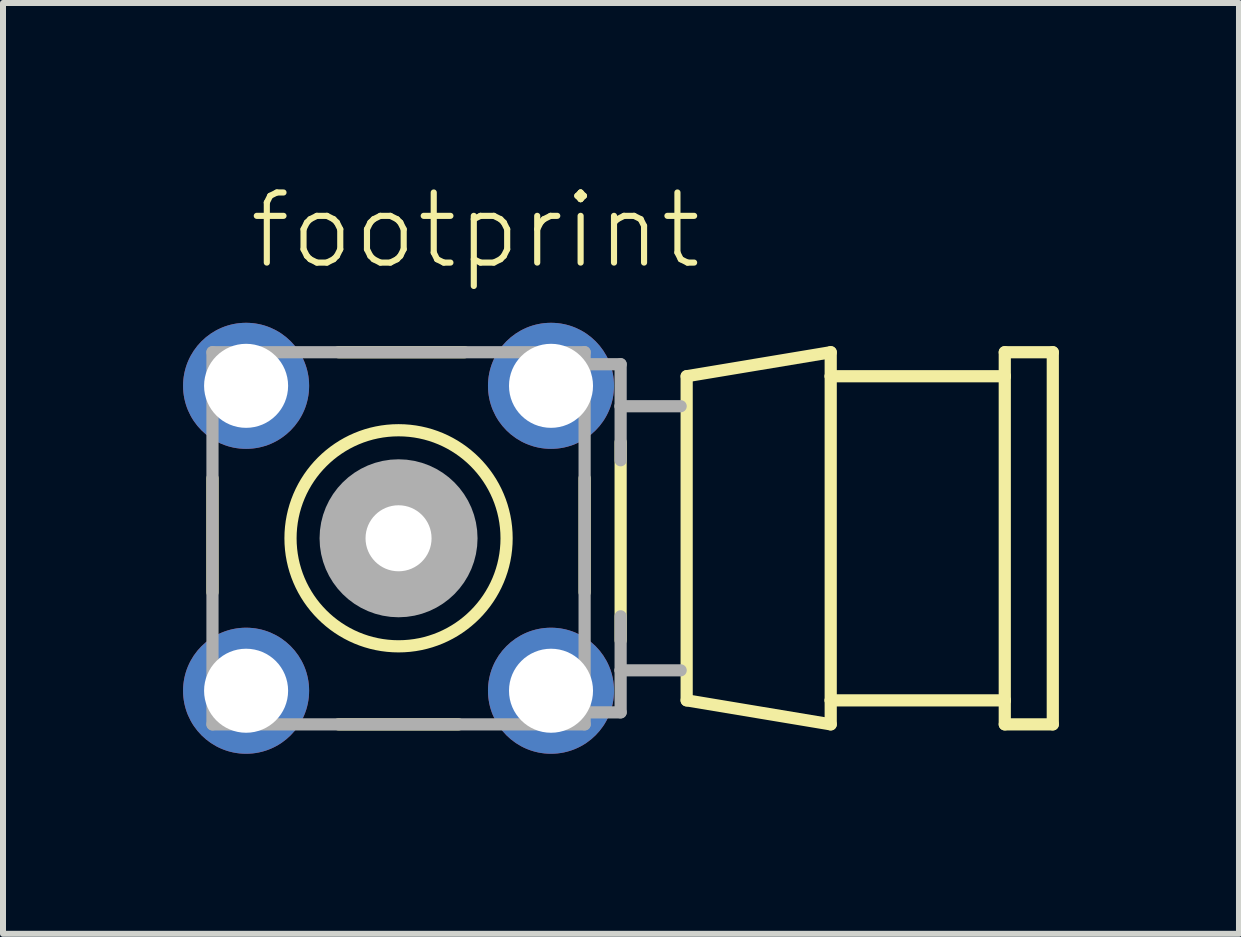
<source format=kicad_pcb>
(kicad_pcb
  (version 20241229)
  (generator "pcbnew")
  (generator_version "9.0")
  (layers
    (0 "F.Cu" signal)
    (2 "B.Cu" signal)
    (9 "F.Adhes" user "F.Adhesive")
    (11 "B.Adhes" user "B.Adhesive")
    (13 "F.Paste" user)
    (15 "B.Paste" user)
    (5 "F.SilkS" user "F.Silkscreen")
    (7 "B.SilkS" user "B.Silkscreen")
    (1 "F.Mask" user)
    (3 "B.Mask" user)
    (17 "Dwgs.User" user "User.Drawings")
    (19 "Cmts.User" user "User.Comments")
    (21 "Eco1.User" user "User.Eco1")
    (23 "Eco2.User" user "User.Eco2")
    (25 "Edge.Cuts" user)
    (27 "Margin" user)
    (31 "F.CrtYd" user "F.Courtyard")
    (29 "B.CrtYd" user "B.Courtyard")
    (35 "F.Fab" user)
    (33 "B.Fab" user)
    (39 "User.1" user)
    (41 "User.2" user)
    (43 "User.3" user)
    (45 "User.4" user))
  (footprint "footprint"
    (layer "F.Cu")
    (at 3.59 5.918)
    (property "Reference" "footprint" (at -2.54 -4.445 0) (layer "F.SilkS") (effects (font (size 1.168 1.168) (thickness 0.102)) (justify left bottom)))
    (fp_line (start -3.1 0.9) (end -3.1 -1) (stroke (width 0.203) (type solid)) (layer "F.SilkS"))
    (fp_line (start -1 -3.1) (end 1.1 -3.1) (stroke (width 0.203) (type solid)) (layer "F.SilkS"))
    (fp_line (start 1 3.1) (end -1 3.1) (stroke (width 0.203) (type solid)) (layer "F.SilkS"))
    (fp_line (start 3.1 -1) (end 3.1 0.9) (stroke (width 0.203) (type solid)) (layer "F.SilkS"))
    (fp_line (start 3.7 -1.6) (end 3.7 1.7) (stroke (width 0.203) (type solid)) (layer "F.SilkS"))
    (fp_line (start 4.8 -2.7) (end 4.8 2.7) (stroke (width 0.203) (type solid)) (layer "F.SilkS"))
    (fp_line (start 4.8 -2.7) (end 7.2 -3.1) (stroke (width 0.203) (type solid)) (layer "F.SilkS"))
    (fp_line (start 4.8 2.7) (end 7.2 3.1) (stroke (width 0.203) (type solid)) (layer "F.SilkS"))
    (fp_line (start 7.2 -2.7) (end 7.2 -3.1) (stroke (width 0.203) (type solid)) (layer "F.SilkS"))
    (fp_line (start 7.2 -2.7) (end 7.2 2.7) (stroke (width 0.203) (type solid)) (layer "F.SilkS"))
    (fp_line (start 7.2 -2.7) (end 10.1 -2.7) (stroke (width 0.203) (type solid)) (layer "F.SilkS"))
    (fp_line (start 7.2 2.7) (end 7.2 3.1) (stroke (width 0.203) (type solid)) (layer "F.SilkS"))
    (fp_line (start 7.2 2.7) (end 10.1 2.7) (stroke (width 0.203) (type solid)) (layer "F.SilkS"))
    (fp_line (start 10.1 -3.1) (end 10.1 -2.7) (stroke (width 0.203) (type solid)) (layer "F.SilkS"))
    (fp_line (start 10.1 -2.7) (end 10.1 2.7) (stroke (width 0.203) (type solid)) (layer "F.SilkS"))
    (fp_line (start 10.1 2.7) (end 10.1 3.1) (stroke (width 0.203) (type solid)) (layer "F.SilkS"))
    (fp_line (start 10.1 3.1) (end 10.9 3.1) (stroke (width 0.203) (type solid)) (layer "F.SilkS"))
    (fp_line (start 10.9 -3.1) (end 10.1 -3.1) (stroke (width 0.203) (type solid)) (layer "F.SilkS"))
    (fp_line (start 10.9 -3.1) (end 10.9 3.1) (stroke (width 0.203) (type solid)) (layer "F.SilkS"))
    (fp_circle (center 0 0) (end 1.8 0) (stroke (width 0.203) (type solid)) (fill no) (layer "F.SilkS"))
    (fp_line (start -3.1 -3.1) (end -3.1 3.1) (stroke (width 0.203) (type solid)) (layer "F.Fab"))
    (fp_line (start -3.1 3.1) (end 3.1 3.1) (stroke (width 0.203) (type solid)) (layer "F.Fab"))
    (fp_line (start 3.1 -3.1) (end -3.1 -3.1) (stroke (width 0.203) (type solid)) (layer "F.Fab"))
    (fp_line (start 3.1 3.1) (end 3.1 -3.1) (stroke (width 0.203) (type solid)) (layer "F.Fab"))
    (fp_line (start 3.2 -2.9) (end 3.7 -2.9) (stroke (width 0.203) (type solid)) (layer "F.Fab"))
    (fp_line (start 3.7 -2.9) (end 3.7 -2.2) (stroke (width 0.203) (type solid)) (layer "F.Fab"))
    (fp_line (start 3.7 -2.2) (end 3.7 -1.3) (stroke (width 0.203) (type solid)) (layer "F.Fab"))
    (fp_line (start 3.7 -2.2) (end 4.7 -2.2) (stroke (width 0.203) (type solid)) (layer "F.Fab"))
    (fp_line (start 3.7 1.3) (end 3.7 2.2) (stroke (width 0.203) (type solid)) (layer "F.Fab"))
    (fp_line (start 3.7 2.2) (end 3.7 2.9) (stroke (width 0.203) (type solid)) (layer "F.Fab"))
    (fp_line (start 3.7 2.2) (end 4.7 2.2) (stroke (width 0.203) (type solid)) (layer "F.Fab"))
    (fp_line (start 3.7 2.9) (end 3.2 2.9) (stroke (width 0.203) (type solid)) (layer "F.Fab"))
    (fp_circle (center 0 0) (end 0.3 0) (stroke (width 1.016) (type solid)) (fill no) (layer "F.Fab"))
    (pad "1" thru_hole circle (at 0 0) (size 1.65 1.65) (drill 1.1) (layers "*.Cu" "*.Mask"))
    (pad "2" thru_hole circle (at -2.54 -2.54) (size 2.1 2.1) (drill 1.4) (layers "*.Cu" "*.Mask"))
    (pad "3" thru_hole circle (at 2.54 -2.54) (size 2.1 2.1) (drill 1.4) (layers "*.Cu" "*.Mask"))
    (pad "4" thru_hole circle (at 2.54 2.54) (size 2.1 2.1) (drill 1.4) (layers "*.Cu" "*.Mask"))
    (pad "5" thru_hole circle (at -2.54 2.54) (size 2.1 2.1) (drill 1.4) (layers "*.Cu" "*.Mask")))
  (gr_rect
    (start -3 -3)
    (end 17.592 12.508)
    (stroke (width 0.1) (type default))
    (fill no)
    (layer "Edge.Cuts")))
</source>
